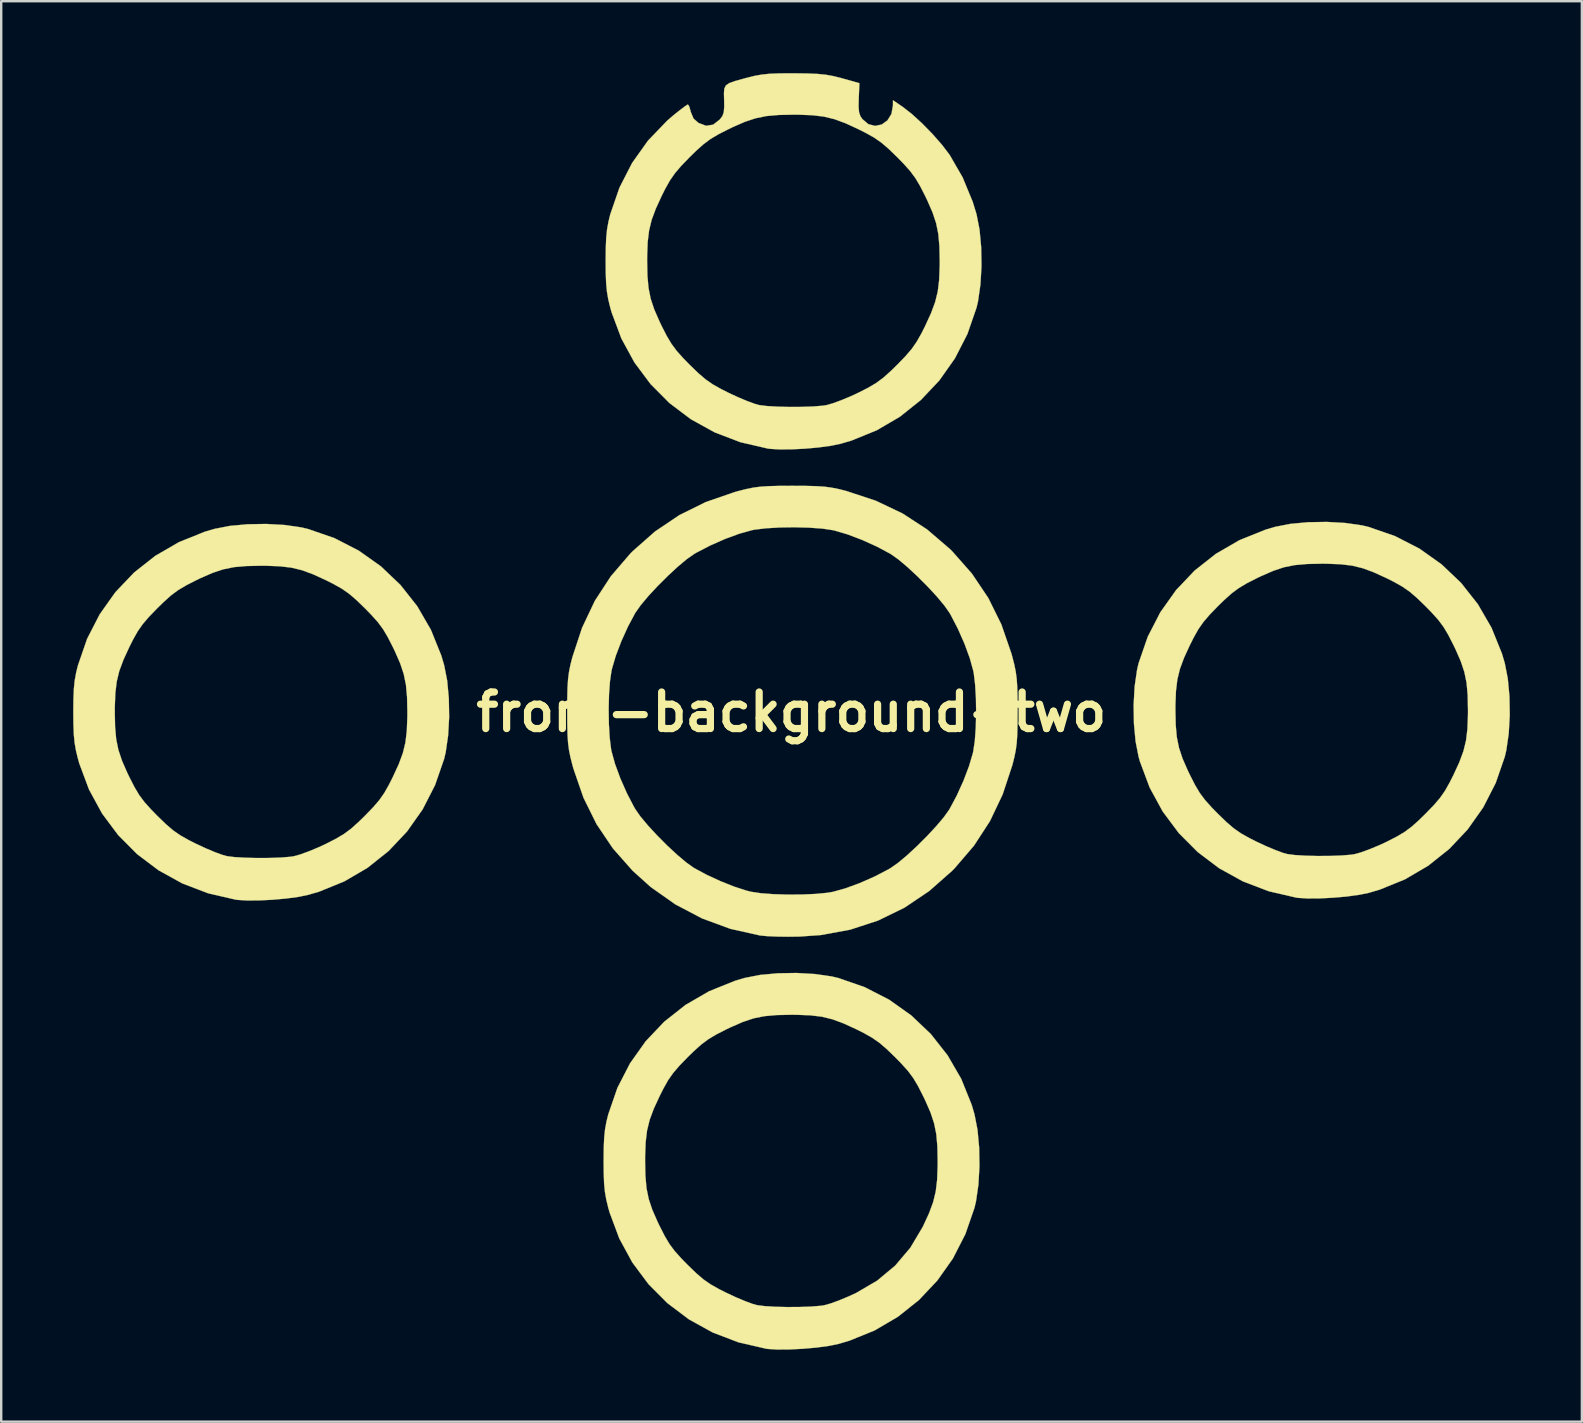
<source format=kicad_pcb>
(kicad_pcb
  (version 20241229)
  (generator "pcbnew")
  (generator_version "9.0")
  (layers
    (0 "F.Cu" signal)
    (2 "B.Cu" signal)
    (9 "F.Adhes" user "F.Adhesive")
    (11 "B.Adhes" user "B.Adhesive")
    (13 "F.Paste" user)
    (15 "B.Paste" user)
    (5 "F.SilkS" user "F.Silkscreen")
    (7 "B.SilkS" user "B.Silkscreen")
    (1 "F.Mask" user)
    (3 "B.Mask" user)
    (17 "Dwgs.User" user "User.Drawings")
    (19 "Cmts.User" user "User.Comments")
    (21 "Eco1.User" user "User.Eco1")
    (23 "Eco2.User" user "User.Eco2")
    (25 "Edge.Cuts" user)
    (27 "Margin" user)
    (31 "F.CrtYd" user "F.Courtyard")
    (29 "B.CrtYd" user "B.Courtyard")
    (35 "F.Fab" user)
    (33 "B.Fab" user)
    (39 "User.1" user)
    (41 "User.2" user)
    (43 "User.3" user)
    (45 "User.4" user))
  (footprint "front-background-two"
    (layer "F.Cu")
    (at 29.927 26.62)
    (property "Reference" "front-background-two" (at 0 0 0) (layer "F.SilkS") (effects (font (size 1.524 1.524) (thickness 0.3))))
    (attr through_hole)
    (fp_poly (pts (xy 0.982 10.918) (xy 1.674 11.017) (xy 1.947 11.081) (xy 3.053 11.464) (xy 4.072 11.987) (xy 4.994 12.641) (xy 5.809 13.416) (xy 6.507 14.302) (xy 7.078 15.287) (xy 7.512 16.363) (xy 7.63 16.764) (xy 7.755 17.403) (xy 7.824 18.143) (xy 7.837 18.926) (xy 7.794 19.693) (xy 7.694 20.385) (xy 7.63 20.659) (xy 7.25 21.756) (xy 6.731 22.77) (xy 6.082 23.689) (xy 5.315 24.502) (xy 4.441 25.199) (xy 3.471 25.768) (xy 2.417 26.197) (xy 1.947 26.335) (xy 1.539 26.417) (xy 1.03 26.485) (xy 0.471 26.534) (xy -0.086 26.562) (xy -0.59 26.565) (xy -0.99 26.54) (xy -1.058 26.53) (xy -2.208 26.264) (xy -3.283 25.853) (xy -4.273 25.306) (xy -5.167 24.631) (xy -5.955 23.84) (xy -6.626 22.939) (xy -7.17 21.94) (xy -7.576 20.852) (xy -7.63 20.659) (xy -7.713 20.318) (xy -7.77 19.994) (xy -7.804 19.638) (xy -7.82 19.204) (xy -7.824 18.711) (xy -6.096 18.711) (xy -6.083 19.331) (xy -6.038 19.838) (xy -5.946 20.288) (xy -5.797 20.737) (xy -5.577 21.24) (xy -5.492 21.416) (xy -5.277 21.838) (xy -5.08 22.169) (xy -4.861 22.463) (xy -4.58 22.776) (xy -4.325 23.036) (xy -3.967 23.383) (xy -3.666 23.641) (xy -3.366 23.85) (xy -3.013 24.049) (xy -2.699 24.207) (xy -2.305 24.39) (xy -1.925 24.549) (xy -1.61 24.666) (xy -1.434 24.715) (xy -1.113 24.756) (xy -0.674 24.783) (xy -0.171 24.795) (xy 0.347 24.792) (xy 0.826 24.775) (xy 1.216 24.743) (xy 1.364 24.721) (xy 1.631 24.647) (xy 1.994 24.515) (xy 2.401 24.345) (xy 2.705 24.204) (xy 3.578 23.692) (xy 4.326 23.068) (xy 4.955 22.326) (xy 5.472 21.458) (xy 5.492 21.416) (xy 5.737 20.885) (xy 5.907 20.425) (xy 6.015 19.981) (xy 6.073 19.497) (xy 6.095 18.919) (xy 6.096 18.711) (xy 6.083 18.092) (xy 6.038 17.585) (xy 5.946 17.134) (xy 5.797 16.685) (xy 5.577 16.182) (xy 5.492 16.007) (xy 5.277 15.585) (xy 5.08 15.254) (xy 4.861 14.959) (xy 4.58 14.647) (xy 4.325 14.386) (xy 3.967 14.04) (xy 3.665 13.781) (xy 3.366 13.573) (xy 3.014 13.374) (xy 2.705 13.219) (xy 2.173 12.975) (xy 1.714 12.805) (xy 1.27 12.696) (xy 0.786 12.638) (xy 0.207 12.616) (xy 0 12.615) (xy -0.62 12.628) (xy -1.127 12.674) (xy -1.577 12.765) (xy -2.026 12.915) (xy -2.529 13.135) (xy -2.705 13.219) (xy -3.126 13.434) (xy -3.457 13.632) (xy -3.752 13.851) (xy -4.064 14.131) (xy -4.325 14.386) (xy -4.672 14.744) (xy -4.93 15.046) (xy -5.139 15.345) (xy -5.337 15.698) (xy -5.492 16.007) (xy -5.737 16.538) (xy -5.907 16.998) (xy -6.015 17.442) (xy -6.073 17.925) (xy -6.095 18.504) (xy -6.096 18.711) (xy -7.824 18.711) (xy -7.819 18.166) (xy -7.801 17.742) (xy -7.765 17.393) (xy -7.706 17.069) (xy -7.63 16.764) (xy -7.248 15.658) (xy -6.724 14.64) (xy -6.07 13.718) (xy -5.295 12.902) (xy -4.41 12.204) (xy -3.424 11.633) (xy -2.348 11.2) (xy -1.947 11.081) (xy -1.308 10.956) (xy -0.568 10.887) (xy 0.215 10.874) (xy 0.982 10.918)) (stroke (width 0.01) (type solid)) (fill yes) (layer "F.SilkS"))
    (fp_poly (pts (xy 23.08 -7.878) (xy 23.772 -7.779) (xy 24.045 -7.715) (xy 25.151 -7.332) (xy 26.17 -6.809) (xy 27.092 -6.155) (xy 27.907 -5.38) (xy 28.605 -4.494) (xy 29.176 -3.509) (xy 29.61 -2.433) (xy 29.728 -2.032) (xy 29.853 -1.393) (xy 29.922 -0.653) (xy 29.935 0.13) (xy 29.892 0.897) (xy 29.792 1.589) (xy 29.728 1.863) (xy 29.348 2.96) (xy 28.829 3.974) (xy 28.18 4.893) (xy 27.413 5.706) (xy 26.539 6.403) (xy 25.569 6.972) (xy 24.515 7.401) (xy 24.045 7.539) (xy 23.637 7.621) (xy 23.128 7.689) (xy 22.569 7.738) (xy 22.012 7.766) (xy 21.508 7.769) (xy 21.108 7.744) (xy 21.04 7.734) (xy 19.89 7.468) (xy 18.815 7.057) (xy 17.825 6.51) (xy 16.931 5.835) (xy 16.143 5.044) (xy 15.472 4.143) (xy 14.928 3.144) (xy 14.522 2.056) (xy 14.468 1.863) (xy 14.343 1.224) (xy 14.274 0.483) (xy 14.264 -0.085) (xy 16.002 -0.085) (xy 16.015 0.535) (xy 16.06 1.042) (xy 16.152 1.492) (xy 16.301 1.941) (xy 16.521 2.444) (xy 16.606 2.62) (xy 16.821 3.042) (xy 17.018 3.373) (xy 17.237 3.667) (xy 17.518 3.98) (xy 17.773 4.24) (xy 18.131 4.587) (xy 18.432 4.845) (xy 18.732 5.054) (xy 19.085 5.253) (xy 19.399 5.411) (xy 19.793 5.594) (xy 20.173 5.753) (xy 20.488 5.87) (xy 20.664 5.919) (xy 20.985 5.96) (xy 21.424 5.987) (xy 21.927 5.999) (xy 22.445 5.996) (xy 22.924 5.979) (xy 23.314 5.947) (xy 23.462 5.925) (xy 23.729 5.851) (xy 24.092 5.719) (xy 24.499 5.549) (xy 24.803 5.408) (xy 25.224 5.193) (xy 25.555 4.995) (xy 25.85 4.776) (xy 26.162 4.496) (xy 26.423 4.24) (xy 26.77 3.882) (xy 27.028 3.581) (xy 27.237 3.281) (xy 27.435 2.929) (xy 27.59 2.62) (xy 27.835 2.089) (xy 28.005 1.629) (xy 28.113 1.185) (xy 28.171 0.701) (xy 28.193 0.123) (xy 28.194 -0.085) (xy 28.181 -0.704) (xy 28.136 -1.211) (xy 28.044 -1.662) (xy 27.895 -2.111) (xy 27.675 -2.614) (xy 27.59 -2.789) (xy 27.375 -3.211) (xy 27.178 -3.542) (xy 26.959 -3.837) (xy 26.678 -4.149) (xy 26.423 -4.41) (xy 26.065 -4.756) (xy 25.763 -5.015) (xy 25.464 -5.223) (xy 25.112 -5.422) (xy 24.803 -5.577) (xy 24.271 -5.821) (xy 23.812 -5.991) (xy 23.368 -6.1) (xy 22.884 -6.158) (xy 22.305 -6.18) (xy 22.098 -6.181) (xy 21.478 -6.168) (xy 20.971 -6.122) (xy 20.521 -6.031) (xy 20.072 -5.881) (xy 19.569 -5.661) (xy 19.393 -5.577) (xy 18.972 -5.362) (xy 18.641 -5.164) (xy 18.346 -4.945) (xy 18.034 -4.665) (xy 17.773 -4.41) (xy 17.426 -4.052) (xy 17.168 -3.75) (xy 16.959 -3.451) (xy 16.761 -3.098) (xy 16.606 -2.789) (xy 16.361 -2.258) (xy 16.191 -1.798) (xy 16.083 -1.354) (xy 16.025 -0.871) (xy 16.003 -0.292) (xy 16.002 -0.085) (xy 14.264 -0.085) (xy 14.261 -0.299) (xy 14.304 -1.066) (xy 14.404 -1.758) (xy 14.468 -2.032) (xy 14.85 -3.138) (xy 15.374 -4.156) (xy 16.028 -5.078) (xy 16.803 -5.894) (xy 17.688 -6.592) (xy 18.674 -7.163) (xy 19.75 -7.596) (xy 20.151 -7.715) (xy 20.79 -7.84) (xy 21.53 -7.909) (xy 22.313 -7.922) (xy 23.08 -7.878)) (stroke (width 0.01) (type solid)) (fill yes) (layer "F.SilkS"))
    (fp_poly (pts (xy -21.116 -7.794) (xy -20.424 -7.694) (xy -20.151 -7.63) (xy -19.045 -7.248) (xy -18.026 -6.724) (xy -17.104 -6.07) (xy -16.289 -5.295) (xy -15.591 -4.41) (xy -15.02 -3.424) (xy -14.586 -2.348) (xy -14.468 -1.947) (xy -14.343 -1.308) (xy -14.274 -0.568) (xy -14.261 0.215) (xy -14.304 0.982) (xy -14.404 1.674) (xy -14.468 1.947) (xy -14.848 3.045) (xy -15.367 4.059) (xy -16.016 4.978) (xy -16.783 5.791) (xy -17.657 6.488) (xy -18.627 7.056) (xy -19.681 7.486) (xy -20.151 7.623) (xy -20.559 7.706) (xy -21.068 7.773) (xy -21.627 7.823) (xy -22.184 7.85) (xy -22.688 7.853) (xy -23.088 7.828) (xy -23.156 7.819) (xy -24.306 7.553) (xy -25.381 7.142) (xy -26.371 6.595) (xy -27.265 5.92) (xy -28.053 5.128) (xy -28.724 4.228) (xy -29.268 3.229) (xy -29.674 2.141) (xy -29.728 1.947) (xy -29.811 1.607) (xy -29.868 1.283) (xy -29.902 0.927) (xy -29.918 0.492) (xy -29.922 0) (xy -29.922 -0.000001) (xy -28.194 -0.000001) (xy -28.181 0.62) (xy -28.136 1.127) (xy -28.044 1.577) (xy -27.895 2.026) (xy -27.675 2.529) (xy -27.59 2.705) (xy -27.375 3.126) (xy -27.178 3.457) (xy -26.959 3.752) (xy -26.678 4.064) (xy -26.423 4.325) (xy -26.065 4.672) (xy -25.764 4.93) (xy -25.464 5.139) (xy -25.111 5.338) (xy -24.797 5.496) (xy -24.403 5.679) (xy -24.023 5.838) (xy -23.708 5.954) (xy -23.532 6.004) (xy -23.211 6.045) (xy -22.772 6.071) (xy -22.269 6.084) (xy -21.751 6.081) (xy -21.272 6.064) (xy -20.882 6.032) (xy -20.734 6.01) (xy -20.467 5.936) (xy -20.104 5.804) (xy -19.697 5.634) (xy -19.393 5.492) (xy -18.972 5.277) (xy -18.641 5.08) (xy -18.346 4.861) (xy -18.034 4.58) (xy -17.773 4.325) (xy -17.426 3.967) (xy -17.168 3.665) (xy -16.959 3.366) (xy -16.761 3.014) (xy -16.606 2.705) (xy -16.361 2.173) (xy -16.191 1.714) (xy -16.083 1.27) (xy -16.025 0.786) (xy -16.003 0.207) (xy -16.002 0) (xy -16.015 -0.62) (xy -16.06 -1.127) (xy -16.152 -1.577) (xy -16.301 -2.026) (xy -16.521 -2.529) (xy -16.606 -2.705) (xy -16.821 -3.126) (xy -17.018 -3.457) (xy -17.237 -3.752) (xy -17.518 -4.064) (xy -17.773 -4.325) (xy -18.131 -4.672) (xy -18.433 -4.93) (xy -18.732 -5.139) (xy -19.084 -5.337) (xy -19.393 -5.492) (xy -19.925 -5.737) (xy -20.384 -5.907) (xy -20.828 -6.015) (xy -21.312 -6.073) (xy -21.891 -6.095) (xy -22.098 -6.096) (xy -22.718 -6.083) (xy -23.225 -6.038) (xy -23.675 -5.946) (xy -24.124 -5.797) (xy -24.627 -5.577) (xy -24.803 -5.492) (xy -25.224 -5.277) (xy -25.555 -5.08) (xy -25.85 -4.861) (xy -26.162 -4.58) (xy -26.423 -4.325) (xy -26.77 -3.967) (xy -27.028 -3.665) (xy -27.237 -3.366) (xy -27.435 -3.014) (xy -27.59 -2.705) (xy -27.835 -2.173) (xy -28.005 -1.714) (xy -28.113 -1.27) (xy -28.171 -0.786) (xy -28.193 -0.207) (xy -28.194 -0.000001) (xy -29.922 -0.000001) (xy -29.917 -0.545) (xy -29.899 -0.969) (xy -29.863 -1.319) (xy -29.804 -1.642) (xy -29.728 -1.947) (xy -29.346 -3.053) (xy -28.822 -4.072) (xy -28.168 -4.994) (xy -27.393 -5.809) (xy -26.508 -6.507) (xy -25.522 -7.078) (xy -24.446 -7.512) (xy -24.045 -7.63) (xy -23.406 -7.755) (xy -22.666 -7.824) (xy -21.883 -7.837) (xy -21.116 -7.794)) (stroke (width 0.01) (type solid)) (fill yes) (layer "F.SilkS"))
    (fp_poly (pts (xy 0.601 -9.423) (xy 1.03 -9.412) (xy 1.373 -9.39) (xy 1.669 -9.351) (xy 1.959 -9.293) (xy 2.284 -9.211) (xy 2.292 -9.209) (xy 3.515 -8.805) (xy 4.632 -8.274) (xy 5.654 -7.609) (xy 6.595 -6.802) (xy 6.7 -6.7) (xy 7.523 -5.767) (xy 8.204 -4.754) (xy 8.75 -3.65) (xy 9.168 -2.44) (xy 9.209 -2.292) (xy 9.292 -1.966) (xy 9.35 -1.675) (xy 9.389 -1.38) (xy 9.412 -1.039) (xy 9.423 -0.612) (xy 9.426 -0.057) (xy 9.426 -0.042) (xy 9.423 0.516) (xy 9.412 0.946) (xy 9.39 1.288) (xy 9.351 1.584) (xy 9.293 1.874) (xy 9.211 2.199) (xy 9.209 2.208) (xy 8.805 3.431) (xy 8.274 4.547) (xy 7.609 5.569) (xy 6.802 6.511) (xy 6.7 6.615) (xy 5.742 7.46) (xy 4.713 8.152) (xy 3.616 8.688) (xy 2.453 9.069) (xy 1.225 9.294) (xy 0.339 9.357) (xy -0.139 9.363) (xy -0.606 9.357) (xy -1.01 9.339) (xy -1.301 9.312) (xy -1.312 9.31) (xy -2.544 9.034) (xy -3.723 8.6) (xy -4.835 8.016) (xy -5.864 7.29) (xy -6.615 6.614) (xy -7.438 5.683) (xy -8.119 4.671) (xy -8.665 3.567) (xy -9.083 2.358) (xy -9.124 2.208) (xy -9.207 1.881) (xy -9.266 1.591) (xy -9.305 1.296) (xy -9.327 0.955) (xy -9.338 0.527) (xy -9.341 -0.027) (xy -9.341 -0.042) (xy -9.341 -0.124) (xy -7.614 -0.124) (xy -7.605 0.493) (xy -7.572 1.064) (xy -7.514 1.535) (xy -7.495 1.636) (xy -7.35 2.161) (xy -7.129 2.762) (xy -6.856 3.381) (xy -6.556 3.959) (xy -6.505 4.046) (xy -6.289 4.355) (xy -5.973 4.733) (xy -5.59 5.147) (xy -5.174 5.565) (xy -4.758 5.951) (xy -4.377 6.272) (xy -4.063 6.495) (xy -4.046 6.505) (xy -3.525 6.785) (xy -2.949 7.051) (xy -2.374 7.279) (xy -1.859 7.446) (xy -1.674 7.491) (xy -1.273 7.551) (xy -0.754 7.59) (xy -0.168 7.608) (xy 0.435 7.605) (xy 1.003 7.58) (xy 1.486 7.534) (xy 1.721 7.495) (xy 2.245 7.35) (xy 2.847 7.129) (xy 3.466 6.856) (xy 4.044 6.556) (xy 4.131 6.505) (xy 4.439 6.289) (xy 4.818 5.973) (xy 5.232 5.59) (xy 5.649 5.174) (xy 6.035 4.758) (xy 6.357 4.377) (xy 6.58 4.063) (xy 6.59 4.046) (xy 6.892 3.481) (xy 7.171 2.865) (xy 7.402 2.257) (xy 7.562 1.715) (xy 7.579 1.636) (xy 7.644 1.2) (xy 7.683 0.65) (xy 7.699 0.04) (xy 7.69 -0.578) (xy 7.656 -1.149) (xy 7.599 -1.62) (xy 7.579 -1.721) (xy 7.434 -2.245) (xy 7.213 -2.847) (xy 6.94 -3.466) (xy 6.64 -4.044) (xy 6.59 -4.131) (xy 6.374 -4.439) (xy 6.058 -4.818) (xy 5.674 -5.232) (xy 5.258 -5.649) (xy 4.843 -6.035) (xy 4.461 -6.357) (xy 4.147 -6.58) (xy 4.131 -6.59) (xy 3.566 -6.892) (xy 2.95 -7.171) (xy 2.341 -7.402) (xy 1.8 -7.562) (xy 1.721 -7.579) (xy 1.285 -7.644) (xy 0.735 -7.683) (xy 0.124 -7.699) (xy -0.493 -7.69) (xy -1.064 -7.656) (xy -1.535 -7.599) (xy -1.636 -7.579) (xy -2.161 -7.434) (xy -2.762 -7.213) (xy -3.381 -6.94) (xy -3.959 -6.64) (xy -4.046 -6.59) (xy -4.355 -6.374) (xy -4.733 -6.058) (xy -5.147 -5.674) (xy -5.565 -5.258) (xy -5.951 -4.843) (xy -6.272 -4.461) (xy -6.495 -4.147) (xy -6.505 -4.131) (xy -6.807 -3.566) (xy -7.086 -2.95) (xy -7.318 -2.341) (xy -7.477 -1.8) (xy -7.495 -1.721) (xy -7.559 -1.285) (xy -7.599 -0.735) (xy -7.614 -0.124) (xy -9.341 -0.124) (xy -9.338 -0.601) (xy -9.328 -1.03) (xy -9.305 -1.373) (xy -9.267 -1.669) (xy -9.209 -1.959) (xy -9.126 -2.284) (xy -9.124 -2.292) (xy -8.72 -3.515) (xy -8.19 -4.632) (xy -7.525 -5.654) (xy -6.718 -6.595) (xy -6.615 -6.7) (xy -5.682 -7.523) (xy -4.67 -8.204) (xy -3.565 -8.75) (xy -2.355 -9.168) (xy -2.208 -9.209) (xy -1.881 -9.292) (xy -1.591 -9.35) (xy -1.296 -9.389) (xy -0.955 -9.412) (xy -0.527 -9.423) (xy 0.027 -9.426) (xy 0.042 -9.426) (xy 0.601 -9.423)) (stroke (width 0.01) (type solid)) (fill yes) (layer "F.SilkS"))
    (fp_poly (pts (xy 0.127 -26.615) (xy 0.671 -26.608) (xy 1.09 -26.59) (xy 1.432 -26.556) (xy 1.739 -26.501) (xy 2.06 -26.422) (xy 2.116 -26.406) (xy 2.834 -26.204) (xy 2.807 -25.568) (xy 2.8 -25.22) (xy 2.821 -24.99) (xy 2.877 -24.827) (xy 2.955 -24.71) (xy 3.209 -24.495) (xy 3.49 -24.424) (xy 3.766 -24.482) (xy 4.004 -24.654) (xy 4.17 -24.925) (xy 4.233 -25.282) (xy 4.233 -25.493) (xy 4.636 -25.219) (xy 5.015 -24.924) (xy 5.444 -24.532) (xy 5.879 -24.088) (xy 6.275 -23.637) (xy 6.59 -23.223) (xy 6.599 -23.209) (xy 7.136 -22.278) (xy 7.557 -21.259) (xy 7.715 -20.743) (xy 7.84 -20.104) (xy 7.909 -19.364) (xy 7.922 -18.581) (xy 7.878 -17.814) (xy 7.779 -17.122) (xy 7.715 -16.849) (xy 7.335 -15.751) (xy 6.815 -14.737) (xy 6.166 -13.818) (xy 5.399 -13.005) (xy 4.526 -12.308) (xy 3.556 -11.74) (xy 2.501 -11.31) (xy 2.032 -11.173) (xy 1.623 -11.09) (xy 1.114 -11.023) (xy 0.556 -10.973) (xy -0.001 -10.946) (xy -0.505 -10.943) (xy -0.905 -10.968) (xy -0.974 -10.977) (xy -2.124 -11.243) (xy -3.199 -11.654) (xy -4.189 -12.201) (xy -5.083 -12.876) (xy -5.87 -13.668) (xy -6.541 -14.568) (xy -7.085 -15.567) (xy -7.491 -16.655) (xy -7.546 -16.849) (xy -7.629 -17.189) (xy -7.685 -17.513) (xy -7.719 -17.869) (xy -7.736 -18.304) (xy -7.739 -18.796) (xy -7.739 -18.796) (xy -6.011 -18.796) (xy -5.999 -18.176) (xy -5.953 -17.669) (xy -5.862 -17.219) (xy -5.712 -16.77) (xy -5.492 -16.267) (xy -5.408 -16.091) (xy -5.193 -15.67) (xy -4.995 -15.339) (xy -4.776 -15.044) (xy -4.496 -14.732) (xy -4.24 -14.471) (xy -3.882 -14.124) (xy -3.581 -13.866) (xy -3.281 -13.657) (xy -2.928 -13.458) (xy -2.614 -13.3) (xy -2.22 -13.117) (xy -1.841 -12.958) (xy -1.525 -12.842) (xy -1.349 -12.792) (xy -1.028 -12.751) (xy -0.59 -12.725) (xy -0.086 -12.712) (xy 0.431 -12.715) (xy 0.911 -12.732) (xy 1.301 -12.764) (xy 1.449 -12.786) (xy 1.715 -12.86) (xy 2.078 -12.992) (xy 2.485 -13.162) (xy 2.789 -13.304) (xy 3.211 -13.519) (xy 3.542 -13.716) (xy 3.837 -13.935) (xy 4.149 -14.216) (xy 4.41 -14.471) (xy 4.756 -14.829) (xy 5.015 -15.131) (xy 5.223 -15.43) (xy 5.422 -15.782) (xy 5.577 -16.091) (xy 5.821 -16.623) (xy 5.991 -17.082) (xy 6.1 -17.526) (xy 6.158 -18.01) (xy 6.18 -18.589) (xy 6.181 -18.796) (xy 6.168 -19.416) (xy 6.122 -19.923) (xy 6.031 -20.373) (xy 5.881 -20.822) (xy 5.661 -21.325) (xy 5.577 -21.501) (xy 5.362 -21.922) (xy 5.164 -22.253) (xy 4.945 -22.548) (xy 4.665 -22.86) (xy 4.41 -23.121) (xy 4.052 -23.468) (xy 3.75 -23.726) (xy 3.451 -23.935) (xy 3.098 -24.133) (xy 2.789 -24.288) (xy 2.258 -24.533) (xy 1.798 -24.703) (xy 1.354 -24.811) (xy 0.871 -24.869) (xy 0.292 -24.891) (xy 0.085 -24.892) (xy -0.535 -24.879) (xy -1.042 -24.834) (xy -1.492 -24.742) (xy -1.941 -24.593) (xy -2.444 -24.373) (xy -2.62 -24.288) (xy -3.042 -24.073) (xy -3.373 -23.876) (xy -3.667 -23.657) (xy -3.98 -23.376) (xy -4.24 -23.121) (xy -4.587 -22.763) (xy -4.845 -22.461) (xy -5.054 -22.162) (xy -5.253 -21.81) (xy -5.408 -21.501) (xy -5.652 -20.969) (xy -5.822 -20.51) (xy -5.93 -20.066) (xy -5.989 -19.582) (xy -6.01 -19.003) (xy -6.011 -18.796) (xy -7.739 -18.796) (xy -7.734 -19.341) (xy -7.716 -19.765) (xy -7.68 -20.115) (xy -7.621 -20.438) (xy -7.546 -20.743) (xy -7.162 -21.855) (xy -6.636 -22.881) (xy -5.973 -23.812) (xy -5.179 -24.638) (xy -4.92 -24.862) (xy -4.662 -25.069) (xy -4.454 -25.226) (xy -4.329 -25.309) (xy -4.311 -25.315) (xy -4.259 -25.241) (xy -4.205 -25.059) (xy -4.196 -25.015) (xy -4.078 -24.73) (xy -3.869 -24.547) (xy -3.553 -24.428) (xy -3.259 -24.475) (xy -2.982 -24.691) (xy -2.979 -24.694) (xy -2.874 -24.836) (xy -2.817 -24.996) (xy -2.798 -25.228) (xy -2.803 -25.506) (xy -2.81 -25.786) (xy -2.794 -25.98) (xy -2.728 -26.112) (xy -2.585 -26.208) (xy -2.339 -26.296) (xy -1.963 -26.4) (xy -1.861 -26.427) (xy -1.537 -26.508) (xy -1.234 -26.562) (xy -0.906 -26.596) (xy -0.509 -26.612) (xy 0.002 -26.615) (xy 0.127 -26.615)) (stroke (width 0.01) (type solid)) (fill yes) (layer "F.SilkS")))
  (gr_rect
    (start -3 -3)
    (end 62.867 56.19)
    (stroke (width 0.1) (type default))
    (fill no)
    (layer "Edge.Cuts")))
</source>
